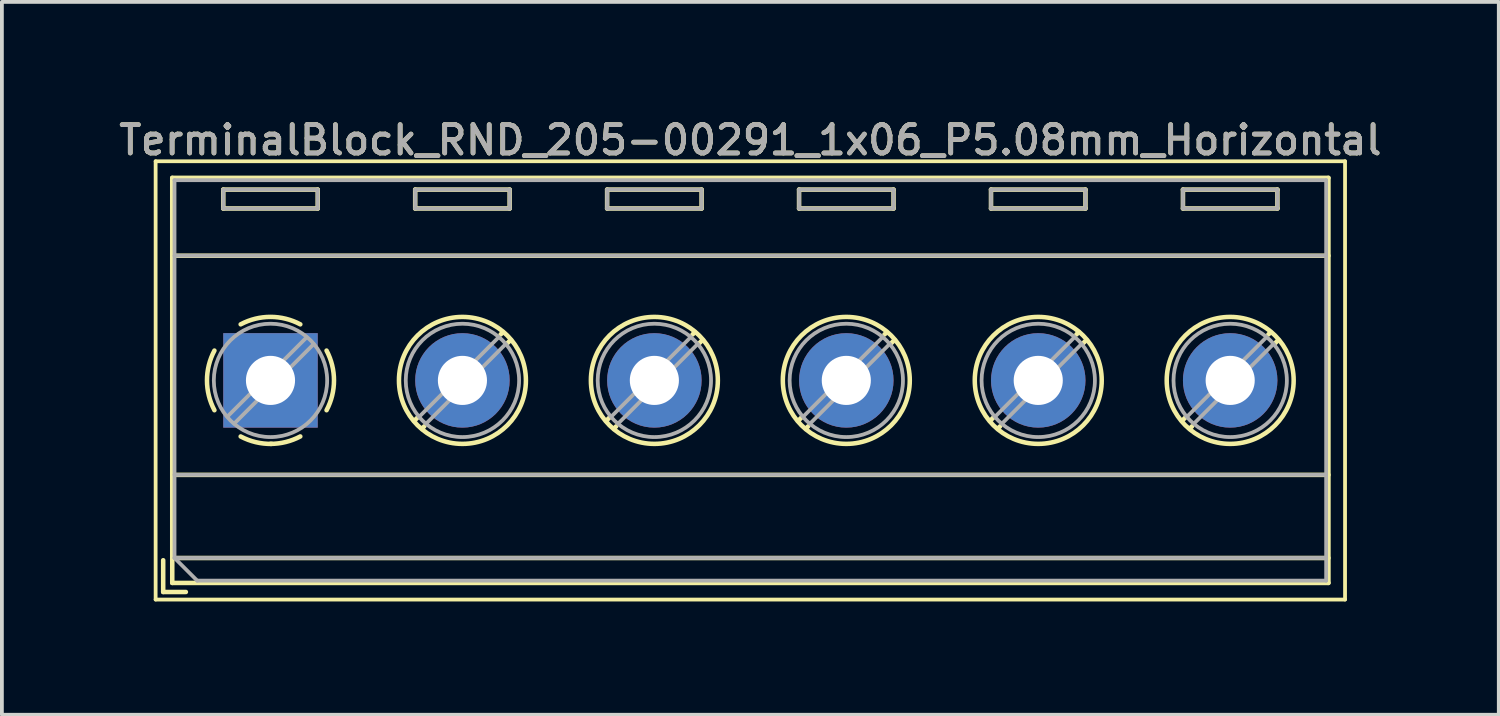
<source format=kicad_pcb>
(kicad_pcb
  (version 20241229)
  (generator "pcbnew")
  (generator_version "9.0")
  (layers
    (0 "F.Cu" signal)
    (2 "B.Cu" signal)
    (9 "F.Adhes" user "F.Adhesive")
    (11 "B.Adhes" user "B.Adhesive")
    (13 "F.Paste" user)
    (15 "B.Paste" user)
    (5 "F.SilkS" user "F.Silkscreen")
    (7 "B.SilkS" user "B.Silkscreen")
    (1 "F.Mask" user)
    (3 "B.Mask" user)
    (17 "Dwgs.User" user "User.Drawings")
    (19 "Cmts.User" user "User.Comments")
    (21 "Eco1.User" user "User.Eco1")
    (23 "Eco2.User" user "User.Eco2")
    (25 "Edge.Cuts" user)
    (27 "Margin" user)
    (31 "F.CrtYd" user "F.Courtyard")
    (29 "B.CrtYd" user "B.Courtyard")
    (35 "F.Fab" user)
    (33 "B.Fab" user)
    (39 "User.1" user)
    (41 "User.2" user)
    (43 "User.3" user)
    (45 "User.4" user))
  (footprint "TerminalBlock_RND_205-00291_1x06_P5.08mm_Horizontal"
    (layer "F.Cu")
    (at 4.109 7.018)
    (property "Reference" "TerminalBlock_RND_205-00291_1x06_P5.08mm_Horizontal" (at 12.7 -6.36 0) (layer "F.SilkS") (effects (font (size 0.75 0.75) (thickness 0.125))))
    (attr through_hole)
    (fp_line (start -3.04 -5.8) (end -3.04 5.8) (stroke (width 0.1) (type solid)) (layer "F.SilkS"))
    (fp_line (start -3.04 5.8) (end 28.44 5.8) (stroke (width 0.1) (type solid)) (layer "F.SilkS"))
    (fp_line (start -2.84 4.76) (end -2.84 5.6) (stroke (width 0.12) (type solid)) (layer "F.SilkS"))
    (fp_line (start -2.84 5.6) (end -2.24 5.6) (stroke (width 0.12) (type solid)) (layer "F.SilkS"))
    (fp_line (start -2.6 -5.36) (end -2.6 5.36) (stroke (width 0.12) (type solid)) (layer "F.SilkS"))
    (fp_line (start -2.6 -5.36) (end 28 -5.36) (stroke (width 0.12) (type solid)) (layer "F.SilkS"))
    (fp_line (start -2.6 -3.3) (end 28 -3.3) (stroke (width 0.12) (type solid)) (layer "F.SilkS"))
    (fp_line (start -2.6 2.5) (end 28 2.5) (stroke (width 0.12) (type solid)) (layer "F.SilkS"))
    (fp_line (start -2.6 4.7) (end 28 4.7) (stroke (width 0.12) (type solid)) (layer "F.SilkS"))
    (fp_line (start -2.6 5.36) (end 28 5.36) (stroke (width 0.12) (type solid)) (layer "F.SilkS"))
    (fp_line (start -1.25 -5.05) (end -1.25 -4.55) (stroke (width 0.12) (type solid)) (layer "F.SilkS"))
    (fp_line (start -1.25 -5.05) (end 1.25 -5.05) (stroke (width 0.12) (type solid)) (layer "F.SilkS"))
    (fp_line (start -1.25 -4.55) (end 1.25 -4.55) (stroke (width 0.12) (type solid)) (layer "F.SilkS"))
    (fp_line (start 1.25 -5.05) (end 1.25 -4.55) (stroke (width 0.12) (type solid)) (layer "F.SilkS"))
    (fp_line (start 3.83 -5.05) (end 3.83 -4.55) (stroke (width 0.12) (type solid)) (layer "F.SilkS"))
    (fp_line (start 3.83 -5.05) (end 6.33 -5.05) (stroke (width 0.12) (type solid)) (layer "F.SilkS"))
    (fp_line (start 3.83 -4.55) (end 6.33 -4.55) (stroke (width 0.12) (type solid)) (layer "F.SilkS"))
    (fp_line (start 3.9 0.976) (end 3.806 1.069) (stroke (width 0.12) (type solid)) (layer "F.SilkS"))
    (fp_line (start 4.07 1.216) (end 4.011 1.274) (stroke (width 0.12) (type solid)) (layer "F.SilkS"))
    (fp_line (start 6.15 -1.275) (end 6.091 -1.216) (stroke (width 0.12) (type solid)) (layer "F.SilkS"))
    (fp_line (start 6.33 -5.05) (end 6.33 -4.55) (stroke (width 0.12) (type solid)) (layer "F.SilkS"))
    (fp_line (start 6.355 -1.069) (end 6.261 -0.976) (stroke (width 0.12) (type solid)) (layer "F.SilkS"))
    (fp_line (start 8.91 -5.05) (end 8.91 -4.55) (stroke (width 0.12) (type solid)) (layer "F.SilkS"))
    (fp_line (start 8.91 -5.05) (end 11.41 -5.05) (stroke (width 0.12) (type solid)) (layer "F.SilkS"))
    (fp_line (start 8.91 -4.55) (end 11.41 -4.55) (stroke (width 0.12) (type solid)) (layer "F.SilkS"))
    (fp_line (start 8.98 0.976) (end 8.886 1.069) (stroke (width 0.12) (type solid)) (layer "F.SilkS"))
    (fp_line (start 9.15 1.216) (end 9.091 1.274) (stroke (width 0.12) (type solid)) (layer "F.SilkS"))
    (fp_line (start 11.23 -1.275) (end 11.171 -1.216) (stroke (width 0.12) (type solid)) (layer "F.SilkS"))
    (fp_line (start 11.41 -5.05) (end 11.41 -4.55) (stroke (width 0.12) (type solid)) (layer "F.SilkS"))
    (fp_line (start 11.435 -1.069) (end 11.341 -0.976) (stroke (width 0.12) (type solid)) (layer "F.SilkS"))
    (fp_line (start 13.99 -5.05) (end 13.99 -4.55) (stroke (width 0.12) (type solid)) (layer "F.SilkS"))
    (fp_line (start 13.99 -5.05) (end 16.49 -5.05) (stroke (width 0.12) (type solid)) (layer "F.SilkS"))
    (fp_line (start 13.99 -4.55) (end 16.49 -4.55) (stroke (width 0.12) (type solid)) (layer "F.SilkS"))
    (fp_line (start 14.06 0.976) (end 13.966 1.069) (stroke (width 0.12) (type solid)) (layer "F.SilkS"))
    (fp_line (start 14.23 1.216) (end 14.171 1.274) (stroke (width 0.12) (type solid)) (layer "F.SilkS"))
    (fp_line (start 16.31 -1.275) (end 16.251 -1.216) (stroke (width 0.12) (type solid)) (layer "F.SilkS"))
    (fp_line (start 16.49 -5.05) (end 16.49 -4.55) (stroke (width 0.12) (type solid)) (layer "F.SilkS"))
    (fp_line (start 16.515 -1.069) (end 16.421 -0.976) (stroke (width 0.12) (type solid)) (layer "F.SilkS"))
    (fp_line (start 19.07 -5.05) (end 19.07 -4.55) (stroke (width 0.12) (type solid)) (layer "F.SilkS"))
    (fp_line (start 19.07 -5.05) (end 21.57 -5.05) (stroke (width 0.12) (type solid)) (layer "F.SilkS"))
    (fp_line (start 19.07 -4.55) (end 21.57 -4.55) (stroke (width 0.12) (type solid)) (layer "F.SilkS"))
    (fp_line (start 19.14 0.976) (end 19.046 1.069) (stroke (width 0.12) (type solid)) (layer "F.SilkS"))
    (fp_line (start 19.31 1.216) (end 19.251 1.274) (stroke (width 0.12) (type solid)) (layer "F.SilkS"))
    (fp_line (start 21.39 -1.275) (end 21.331 -1.216) (stroke (width 0.12) (type solid)) (layer "F.SilkS"))
    (fp_line (start 21.57 -5.05) (end 21.57 -4.55) (stroke (width 0.12) (type solid)) (layer "F.SilkS"))
    (fp_line (start 21.595 -1.069) (end 21.501 -0.976) (stroke (width 0.12) (type solid)) (layer "F.SilkS"))
    (fp_line (start 24.15 -5.05) (end 24.15 -4.55) (stroke (width 0.12) (type solid)) (layer "F.SilkS"))
    (fp_line (start 24.15 -5.05) (end 26.65 -5.05) (stroke (width 0.12) (type solid)) (layer "F.SilkS"))
    (fp_line (start 24.15 -4.55) (end 26.65 -4.55) (stroke (width 0.12) (type solid)) (layer "F.SilkS"))
    (fp_line (start 24.22 0.976) (end 24.126 1.069) (stroke (width 0.12) (type solid)) (layer "F.SilkS"))
    (fp_line (start 24.39 1.216) (end 24.331 1.274) (stroke (width 0.12) (type solid)) (layer "F.SilkS"))
    (fp_line (start 26.47 -1.275) (end 26.411 -1.216) (stroke (width 0.12) (type solid)) (layer "F.SilkS"))
    (fp_line (start 26.65 -5.05) (end 26.65 -4.55) (stroke (width 0.12) (type solid)) (layer "F.SilkS"))
    (fp_line (start 26.675 -1.069) (end 26.581 -0.976) (stroke (width 0.12) (type solid)) (layer "F.SilkS"))
    (fp_line (start 28 -5.36) (end 28 5.36) (stroke (width 0.12) (type solid)) (layer "F.SilkS"))
    (fp_line (start 28.44 -5.8) (end -3.04 -5.8) (stroke (width 0.1) (type solid)) (layer "F.SilkS"))
    (fp_line (start 28.44 5.8) (end 28.44 -5.8) (stroke (width 0.1) (type solid)) (layer "F.SilkS"))
    (fp_arc (start -1.483953 0.789089) (mid -1.680708 0.00005) (end -1.484 -0.789) (stroke (width 0.12) (type solid)) (layer "F.SilkS"))
    (fp_arc (start -0.789089 -1.483953) (mid -0.00005 -1.680708) (end 0.789 -1.484) (stroke (width 0.12) (type solid)) (layer "F.SilkS"))
    (fp_arc (start 0.029383 1.68045) (mid -0.392304 1.634281) (end -0.789 1.484) (stroke (width 0.12) (type solid)) (layer "F.SilkS"))
    (fp_arc (start 0.788712 1.483352) (mid 0.406429 1.630097) (end 0 1.68) (stroke (width 0.12) (type solid)) (layer "F.SilkS"))
    (fp_arc (start 1.483953 -0.789089) (mid 1.680708 -0.00005) (end 1.484 0.789) (stroke (width 0.12) (type solid)) (layer "F.SilkS"))
    (fp_circle (center 5.08 0) (end 6.76 0) (stroke (width 0.12) (type solid)) (fill no) (layer "F.SilkS"))
    (fp_circle (center 10.16 0) (end 11.84 0) (stroke (width 0.12) (type solid)) (fill no) (layer "F.SilkS"))
    (fp_circle (center 15.24 0) (end 16.92 0) (stroke (width 0.12) (type solid)) (fill no) (layer "F.SilkS"))
    (fp_circle (center 20.32 0) (end 22 0) (stroke (width 0.12) (type solid)) (fill no) (layer "F.SilkS"))
    (fp_circle (center 25.4 0) (end 27.08 0) (stroke (width 0.12) (type solid)) (fill no) (layer "F.SilkS"))
    (fp_line (start -2.54 -5.3) (end 27.94 -5.3) (stroke (width 0.1) (type solid)) (layer "F.Fab"))
    (fp_line (start -2.54 -3.3) (end 27.94 -3.3) (stroke (width 0.1) (type solid)) (layer "F.Fab"))
    (fp_line (start -2.54 2.5) (end 27.94 2.5) (stroke (width 0.1) (type solid)) (layer "F.Fab"))
    (fp_line (start -2.54 4.7) (end -2.54 -5.3) (stroke (width 0.1) (type solid)) (layer "F.Fab"))
    (fp_line (start -2.54 4.7) (end 27.94 4.7) (stroke (width 0.1) (type solid)) (layer "F.Fab"))
    (fp_line (start -1.94 5.3) (end -2.54 4.7) (stroke (width 0.1) (type solid)) (layer "F.Fab"))
    (fp_line (start -1.25 -5.05) (end -1.25 -4.55) (stroke (width 0.1) (type solid)) (layer "F.Fab"))
    (fp_line (start -1.25 -4.55) (end 1.25 -4.55) (stroke (width 0.1) (type solid)) (layer "F.Fab"))
    (fp_line (start 0.955 -1.138) (end -1.138 0.955) (stroke (width 0.1) (type solid)) (layer "F.Fab"))
    (fp_line (start 1.138 -0.955) (end -0.955 1.138) (stroke (width 0.1) (type solid)) (layer "F.Fab"))
    (fp_line (start 1.25 -5.05) (end -1.25 -5.05) (stroke (width 0.1) (type solid)) (layer "F.Fab"))
    (fp_line (start 1.25 -4.55) (end 1.25 -5.05) (stroke (width 0.1) (type solid)) (layer "F.Fab"))
    (fp_line (start 3.83 -5.05) (end 3.83 -4.55) (stroke (width 0.1) (type solid)) (layer "F.Fab"))
    (fp_line (start 3.83 -4.55) (end 6.33 -4.55) (stroke (width 0.1) (type solid)) (layer "F.Fab"))
    (fp_line (start 6.035 -1.138) (end 3.943 0.955) (stroke (width 0.1) (type solid)) (layer "F.Fab"))
    (fp_line (start 6.218 -0.955) (end 4.126 1.138) (stroke (width 0.1) (type solid)) (layer "F.Fab"))
    (fp_line (start 6.33 -5.05) (end 3.83 -5.05) (stroke (width 0.1) (type solid)) (layer "F.Fab"))
    (fp_line (start 6.33 -4.55) (end 6.33 -5.05) (stroke (width 0.1) (type solid)) (layer "F.Fab"))
    (fp_line (start 8.91 -5.05) (end 8.91 -4.55) (stroke (width 0.1) (type solid)) (layer "F.Fab"))
    (fp_line (start 8.91 -4.55) (end 11.41 -4.55) (stroke (width 0.1) (type solid)) (layer "F.Fab"))
    (fp_line (start 11.115 -1.138) (end 9.023 0.955) (stroke (width 0.1) (type solid)) (layer "F.Fab"))
    (fp_line (start 11.298 -0.955) (end 9.206 1.138) (stroke (width 0.1) (type solid)) (layer "F.Fab"))
    (fp_line (start 11.41 -5.05) (end 8.91 -5.05) (stroke (width 0.1) (type solid)) (layer "F.Fab"))
    (fp_line (start 11.41 -4.55) (end 11.41 -5.05) (stroke (width 0.1) (type solid)) (layer "F.Fab"))
    (fp_line (start 13.99 -5.05) (end 13.99 -4.55) (stroke (width 0.1) (type solid)) (layer "F.Fab"))
    (fp_line (start 13.99 -4.55) (end 16.49 -4.55) (stroke (width 0.1) (type solid)) (layer "F.Fab"))
    (fp_line (start 16.195 -1.138) (end 14.103 0.955) (stroke (width 0.1) (type solid)) (layer "F.Fab"))
    (fp_line (start 16.378 -0.955) (end 14.286 1.138) (stroke (width 0.1) (type solid)) (layer "F.Fab"))
    (fp_line (start 16.49 -5.05) (end 13.99 -5.05) (stroke (width 0.1) (type solid)) (layer "F.Fab"))
    (fp_line (start 16.49 -4.55) (end 16.49 -5.05) (stroke (width 0.1) (type solid)) (layer "F.Fab"))
    (fp_line (start 19.07 -5.05) (end 19.07 -4.55) (stroke (width 0.1) (type solid)) (layer "F.Fab"))
    (fp_line (start 19.07 -4.55) (end 21.57 -4.55) (stroke (width 0.1) (type solid)) (layer "F.Fab"))
    (fp_line (start 21.275 -1.138) (end 19.183 0.955) (stroke (width 0.1) (type solid)) (layer "F.Fab"))
    (fp_line (start 21.458 -0.955) (end 19.366 1.138) (stroke (width 0.1) (type solid)) (layer "F.Fab"))
    (fp_line (start 21.57 -5.05) (end 19.07 -5.05) (stroke (width 0.1) (type solid)) (layer "F.Fab"))
    (fp_line (start 21.57 -4.55) (end 21.57 -5.05) (stroke (width 0.1) (type solid)) (layer "F.Fab"))
    (fp_line (start 24.15 -5.05) (end 24.15 -4.55) (stroke (width 0.1) (type solid)) (layer "F.Fab"))
    (fp_line (start 24.15 -4.55) (end 26.65 -4.55) (stroke (width 0.1) (type solid)) (layer "F.Fab"))
    (fp_line (start 26.355 -1.138) (end 24.263 0.955) (stroke (width 0.1) (type solid)) (layer "F.Fab"))
    (fp_line (start 26.538 -0.955) (end 24.446 1.138) (stroke (width 0.1) (type solid)) (layer "F.Fab"))
    (fp_line (start 26.65 -5.05) (end 24.15 -5.05) (stroke (width 0.1) (type solid)) (layer "F.Fab"))
    (fp_line (start 26.65 -4.55) (end 26.65 -5.05) (stroke (width 0.1) (type solid)) (layer "F.Fab"))
    (fp_line (start 27.94 -5.3) (end 27.94 5.3) (stroke (width 0.1) (type solid)) (layer "F.Fab"))
    (fp_line (start 27.94 5.3) (end -1.94 5.3) (stroke (width 0.1) (type solid)) (layer "F.Fab"))
    (fp_circle (center 0 0) (end 1.5 0) (stroke (width 0.1) (type solid)) (fill no) (layer "F.Fab"))
    (fp_circle (center 5.08 0) (end 6.58 0) (stroke (width 0.1) (type solid)) (fill no) (layer "F.Fab"))
    (fp_circle (center 10.16 0) (end 11.66 0) (stroke (width 0.1) (type solid)) (fill no) (layer "F.Fab"))
    (fp_circle (center 15.24 0) (end 16.74 0) (stroke (width 0.1) (type solid)) (fill no) (layer "F.Fab"))
    (fp_circle (center 20.32 0) (end 21.82 0) (stroke (width 0.1) (type solid)) (fill no) (layer "F.Fab"))
    (fp_circle (center 25.4 0) (end 26.9 0) (stroke (width 0.1) (type solid)) (fill no) (layer "F.Fab"))
    (fp_text user "${REFERENCE}" (at 12.7 -6.36 0) (layer "F.Fab") (effects (font (size 0.75 0.75) (thickness 0.125))))
    (pad "1" thru_hole rect (at 0 0) (size 2.5 2.5) (drill 1.3) (layers "*.Cu" "*.Mask"))
    (pad "2" thru_hole circle (at 5.08 0) (size 2.5 2.5) (drill 1.3) (layers "*.Cu" "*.Mask"))
    (pad "3" thru_hole circle (at 10.16 0) (size 2.5 2.5) (drill 1.3) (layers "*.Cu" "*.Mask"))
    (pad "4" thru_hole circle (at 15.24 0) (size 2.5 2.5) (drill 1.3) (layers "*.Cu" "*.Mask"))
    (pad "5" thru_hole circle (at 20.32 0) (size 2.5 2.5) (drill 1.3) (layers "*.Cu" "*.Mask"))
    (pad "6" thru_hole circle (at 25.4 0) (size 2.5 2.5) (drill 1.3) (layers "*.Cu" "*.Mask")))
  (gr_rect
    (start -3 -3)
    (end 36.618 15.868)
    (stroke (width 0.1) (type default))
    (fill no)
    (layer "Edge.Cuts")))
</source>
